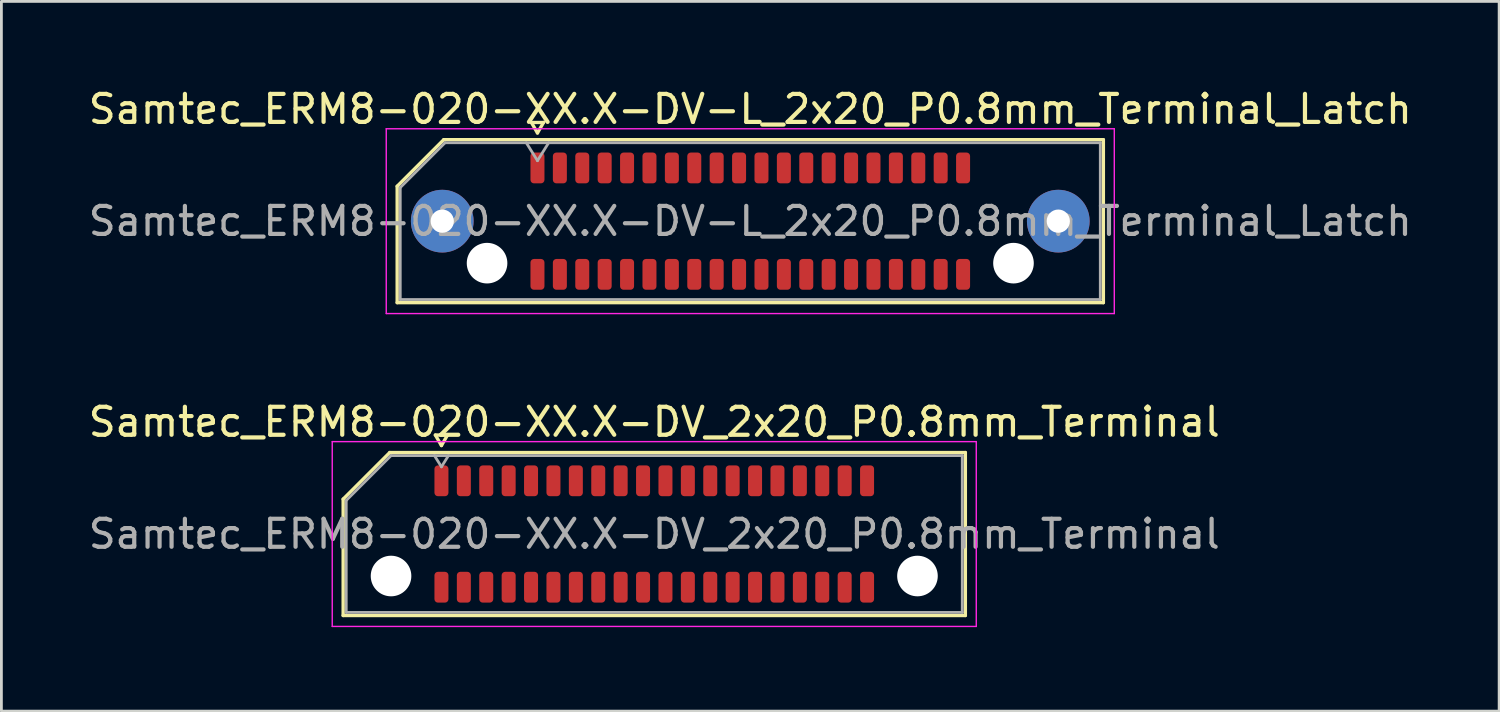
<source format=kicad_pcb>
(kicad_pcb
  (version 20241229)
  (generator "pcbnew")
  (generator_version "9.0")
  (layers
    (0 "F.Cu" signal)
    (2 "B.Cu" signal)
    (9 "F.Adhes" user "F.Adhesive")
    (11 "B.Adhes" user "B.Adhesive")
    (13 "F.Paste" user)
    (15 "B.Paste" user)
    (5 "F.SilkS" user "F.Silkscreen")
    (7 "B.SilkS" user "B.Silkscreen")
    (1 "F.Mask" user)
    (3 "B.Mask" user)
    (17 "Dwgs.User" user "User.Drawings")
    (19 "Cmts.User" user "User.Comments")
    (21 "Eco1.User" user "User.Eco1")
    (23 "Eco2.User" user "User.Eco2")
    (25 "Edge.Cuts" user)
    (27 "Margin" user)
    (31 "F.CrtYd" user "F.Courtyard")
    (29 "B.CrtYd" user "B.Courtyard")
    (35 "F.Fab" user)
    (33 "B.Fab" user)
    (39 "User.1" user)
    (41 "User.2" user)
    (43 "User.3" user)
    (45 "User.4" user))
  (footprint "Samtec_ERM8-020-XX.X-DV_2x20_P0.8mm_Terminal"
    (layer "F.Cu")
    (at 20.315 16.021)
    (property "Reference" "Samtec_ERM8-020-XX.X-DV_2x20_P0.8mm_Terminal" (at 0 -4 0) (layer "F.SilkS") (effects (font (size 1 1) (thickness 0.15))))
    (attr smd)
    (fp_line (start -11.11 -1.246) (end -9.446 -2.91) (stroke (width 0.12) (type solid)) (layer "F.SilkS"))
    (fp_line (start -11.11 2.91) (end -11.11 -1.246) (stroke (width 0.12) (type solid)) (layer "F.SilkS"))
    (fp_line (start -9.446 -2.91) (end 11.11 -2.91) (stroke (width 0.12) (type solid)) (layer "F.SilkS"))
    (fp_line (start -7.817 -3.535) (end -7.6 -3.16) (stroke (width 0.12) (type solid)) (layer "F.SilkS"))
    (fp_line (start -7.6 -3.16) (end -7.383 -3.535) (stroke (width 0.12) (type solid)) (layer "F.SilkS"))
    (fp_line (start -7.383 -3.535) (end -7.817 -3.535) (stroke (width 0.12) (type solid)) (layer "F.SilkS"))
    (fp_line (start 11.11 -2.91) (end 11.11 2.91) (stroke (width 0.12) (type solid)) (layer "F.SilkS"))
    (fp_line (start 11.11 2.91) (end -11.11 2.91) (stroke (width 0.12) (type solid)) (layer "F.SilkS"))
    (fp_line (start -11.5 -3.3) (end -11.5 3.3) (stroke (width 0.05) (type solid)) (layer "F.CrtYd"))
    (fp_line (start -11.5 3.3) (end 11.5 3.3) (stroke (width 0.05) (type solid)) (layer "F.CrtYd"))
    (fp_line (start 11.5 -3.3) (end -11.5 -3.3) (stroke (width 0.05) (type solid)) (layer "F.CrtYd"))
    (fp_line (start 11.5 3.3) (end 11.5 -3.3) (stroke (width 0.05) (type solid)) (layer "F.CrtYd"))
    (fp_line (start -11 -1.2) (end -9.4 -2.8) (stroke (width 0.1) (type solid)) (layer "F.Fab"))
    (fp_line (start -11 2.8) (end -11 -1.2) (stroke (width 0.1) (type solid)) (layer "F.Fab"))
    (fp_line (start -9.4 -2.8) (end 11 -2.8) (stroke (width 0.1) (type solid)) (layer "F.Fab"))
    (fp_line (start -7.6 -2.4) (end -7.85 -2.8) (stroke (width 0.1) (type solid)) (layer "F.Fab"))
    (fp_line (start -7.6 -2.4) (end -7.35 -2.8) (stroke (width 0.1) (type solid)) (layer "F.Fab"))
    (fp_line (start 11 -2.8) (end 11 2.8) (stroke (width 0.1) (type solid)) (layer "F.Fab"))
    (fp_line (start 11 2.8) (end -11 2.8) (stroke (width 0.1) (type solid)) (layer "F.Fab"))
    (fp_text user "${REFERENCE}" (at 0 0 0) (layer "F.Fab") (effects (font (size 1 1) (thickness 0.15))))
    (pad "" np_thru_hole circle (at -9.4 1.5) (size 1.45 1.45) (drill 1.45) (layers "*.Cu" "*.Mask"))
    (pad "" np_thru_hole circle (at 9.4 1.5) (size 1.45 1.45) (drill 1.45) (layers "*.Cu" "*.Mask"))
    (pad "1" smd roundrect (at -7.6 -1.9) (size 0.5 1.1) (layers "F.Cu" "F.Mask" "F.Paste") (roundrect_rratio 0.25))
    (pad "2" smd roundrect (at -7.6 1.9) (size 0.5 1.1) (layers "F.Cu" "F.Mask" "F.Paste") (roundrect_rratio 0.25))
    (pad "3" smd roundrect (at -6.8 -1.9) (size 0.5 1.1) (layers "F.Cu" "F.Mask" "F.Paste") (roundrect_rratio 0.25))
    (pad "4" smd roundrect (at -6.8 1.9) (size 0.5 1.1) (layers "F.Cu" "F.Mask" "F.Paste") (roundrect_rratio 0.25))
    (pad "5" smd roundrect (at -6 -1.9) (size 0.5 1.1) (layers "F.Cu" "F.Mask" "F.Paste") (roundrect_rratio 0.25))
    (pad "6" smd roundrect (at -6 1.9) (size 0.5 1.1) (layers "F.Cu" "F.Mask" "F.Paste") (roundrect_rratio 0.25))
    (pad "7" smd roundrect (at -5.2 -1.9) (size 0.5 1.1) (layers "F.Cu" "F.Mask" "F.Paste") (roundrect_rratio 0.25))
    (pad "8" smd roundrect (at -5.2 1.9) (size 0.5 1.1) (layers "F.Cu" "F.Mask" "F.Paste") (roundrect_rratio 0.25))
    (pad "9" smd roundrect (at -4.4 -1.9) (size 0.5 1.1) (layers "F.Cu" "F.Mask" "F.Paste") (roundrect_rratio 0.25))
    (pad "10" smd roundrect (at -4.4 1.9) (size 0.5 1.1) (layers "F.Cu" "F.Mask" "F.Paste") (roundrect_rratio 0.25))
    (pad "11" smd roundrect (at -3.6 -1.9) (size 0.5 1.1) (layers "F.Cu" "F.Mask" "F.Paste") (roundrect_rratio 0.25))
    (pad "12" smd roundrect (at -3.6 1.9) (size 0.5 1.1) (layers "F.Cu" "F.Mask" "F.Paste") (roundrect_rratio 0.25))
    (pad "13" smd roundrect (at -2.8 -1.9) (size 0.5 1.1) (layers "F.Cu" "F.Mask" "F.Paste") (roundrect_rratio 0.25))
    (pad "14" smd roundrect (at -2.8 1.9) (size 0.5 1.1) (layers "F.Cu" "F.Mask" "F.Paste") (roundrect_rratio 0.25))
    (pad "15" smd roundrect (at -2 -1.9) (size 0.5 1.1) (layers "F.Cu" "F.Mask" "F.Paste") (roundrect_rratio 0.25))
    (pad "16" smd roundrect (at -2 1.9) (size 0.5 1.1) (layers "F.Cu" "F.Mask" "F.Paste") (roundrect_rratio 0.25))
    (pad "17" smd roundrect (at -1.2 -1.9) (size 0.5 1.1) (layers "F.Cu" "F.Mask" "F.Paste") (roundrect_rratio 0.25))
    (pad "18" smd roundrect (at -1.2 1.9) (size 0.5 1.1) (layers "F.Cu" "F.Mask" "F.Paste") (roundrect_rratio 0.25))
    (pad "19" smd roundrect (at -0.4 -1.9) (size 0.5 1.1) (layers "F.Cu" "F.Mask" "F.Paste") (roundrect_rratio 0.25))
    (pad "20" smd roundrect (at -0.4 1.9) (size 0.5 1.1) (layers "F.Cu" "F.Mask" "F.Paste") (roundrect_rratio 0.25))
    (pad "21" smd roundrect (at 0.4 -1.9) (size 0.5 1.1) (layers "F.Cu" "F.Mask" "F.Paste") (roundrect_rratio 0.25))
    (pad "22" smd roundrect (at 0.4 1.9) (size 0.5 1.1) (layers "F.Cu" "F.Mask" "F.Paste") (roundrect_rratio 0.25))
    (pad "23" smd roundrect (at 1.2 -1.9) (size 0.5 1.1) (layers "F.Cu" "F.Mask" "F.Paste") (roundrect_rratio 0.25))
    (pad "24" smd roundrect (at 1.2 1.9) (size 0.5 1.1) (layers "F.Cu" "F.Mask" "F.Paste") (roundrect_rratio 0.25))
    (pad "25" smd roundrect (at 2 -1.9) (size 0.5 1.1) (layers "F.Cu" "F.Mask" "F.Paste") (roundrect_rratio 0.25))
    (pad "26" smd roundrect (at 2 1.9) (size 0.5 1.1) (layers "F.Cu" "F.Mask" "F.Paste") (roundrect_rratio 0.25))
    (pad "27" smd roundrect (at 2.8 -1.9) (size 0.5 1.1) (layers "F.Cu" "F.Mask" "F.Paste") (roundrect_rratio 0.25))
    (pad "28" smd roundrect (at 2.8 1.9) (size 0.5 1.1) (layers "F.Cu" "F.Mask" "F.Paste") (roundrect_rratio 0.25))
    (pad "29" smd roundrect (at 3.6 -1.9) (size 0.5 1.1) (layers "F.Cu" "F.Mask" "F.Paste") (roundrect_rratio 0.25))
    (pad "30" smd roundrect (at 3.6 1.9) (size 0.5 1.1) (layers "F.Cu" "F.Mask" "F.Paste") (roundrect_rratio 0.25))
    (pad "31" smd roundrect (at 4.4 -1.9) (size 0.5 1.1) (layers "F.Cu" "F.Mask" "F.Paste") (roundrect_rratio 0.25))
    (pad "32" smd roundrect (at 4.4 1.9) (size 0.5 1.1) (layers "F.Cu" "F.Mask" "F.Paste") (roundrect_rratio 0.25))
    (pad "33" smd roundrect (at 5.2 -1.9) (size 0.5 1.1) (layers "F.Cu" "F.Mask" "F.Paste") (roundrect_rratio 0.25))
    (pad "34" smd roundrect (at 5.2 1.9) (size 0.5 1.1) (layers "F.Cu" "F.Mask" "F.Paste") (roundrect_rratio 0.25))
    (pad "35" smd roundrect (at 6 -1.9) (size 0.5 1.1) (layers "F.Cu" "F.Mask" "F.Paste") (roundrect_rratio 0.25))
    (pad "36" smd roundrect (at 6 1.9) (size 0.5 1.1) (layers "F.Cu" "F.Mask" "F.Paste") (roundrect_rratio 0.25))
    (pad "37" smd roundrect (at 6.8 -1.9) (size 0.5 1.1) (layers "F.Cu" "F.Mask" "F.Paste") (roundrect_rratio 0.25))
    (pad "38" smd roundrect (at 6.8 1.9) (size 0.5 1.1) (layers "F.Cu" "F.Mask" "F.Paste") (roundrect_rratio 0.25))
    (pad "39" smd roundrect (at 7.6 -1.9) (size 0.5 1.1) (layers "F.Cu" "F.Mask" "F.Paste") (roundrect_rratio 0.25))
    (pad "40" smd roundrect (at 7.6 1.9) (size 0.5 1.1) (layers "F.Cu" "F.Mask" "F.Paste") (roundrect_rratio 0.25)))
  (footprint "Samtec_ERM8-020-XX.X-DV-L_2x20_P0.8mm_Terminal_Latch"
    (layer "F.Cu")
    (at 23.744 4.848)
    (property "Reference" "Samtec_ERM8-020-XX.X-DV-L_2x20_P0.8mm_Terminal_Latch" (at 0 -4 0) (layer "F.SilkS") (effects (font (size 1 1) (thickness 0.15))))
    (attr smd)
    (fp_line (start -12.61 -1.246) (end -10.946 -2.91) (stroke (width 0.12) (type solid)) (layer "F.SilkS"))
    (fp_line (start -12.61 2.91) (end -12.61 -1.246) (stroke (width 0.12) (type solid)) (layer "F.SilkS"))
    (fp_line (start -10.946 -2.91) (end 12.61 -2.91) (stroke (width 0.12) (type solid)) (layer "F.SilkS"))
    (fp_line (start -7.817 -3.525) (end -7.6 -3.15) (stroke (width 0.12) (type solid)) (layer "F.SilkS"))
    (fp_line (start -7.6 -3.15) (end -7.383 -3.525) (stroke (width 0.12) (type solid)) (layer "F.SilkS"))
    (fp_line (start -7.383 -3.525) (end -7.817 -3.525) (stroke (width 0.12) (type solid)) (layer "F.SilkS"))
    (fp_line (start 12.61 -2.91) (end 12.61 2.91) (stroke (width 0.12) (type solid)) (layer "F.SilkS"))
    (fp_line (start 12.61 2.91) (end -12.61 2.91) (stroke (width 0.12) (type solid)) (layer "F.SilkS"))
    (fp_line (start -13 -3.3) (end -13 3.3) (stroke (width 0.05) (type solid)) (layer "F.CrtYd"))
    (fp_line (start -13 3.3) (end 13 3.3) (stroke (width 0.05) (type solid)) (layer "F.CrtYd"))
    (fp_line (start 13 -3.3) (end -13 -3.3) (stroke (width 0.05) (type solid)) (layer "F.CrtYd"))
    (fp_line (start 13 3.3) (end 13 -3.3) (stroke (width 0.05) (type solid)) (layer "F.CrtYd"))
    (fp_line (start -12.5 -1.2) (end -10.9 -2.8) (stroke (width 0.1) (type solid)) (layer "F.Fab"))
    (fp_line (start -12.5 2.8) (end -12.5 -1.2) (stroke (width 0.1) (type solid)) (layer "F.Fab"))
    (fp_line (start -10.9 -2.8) (end 12.5 -2.8) (stroke (width 0.1) (type solid)) (layer "F.Fab"))
    (fp_line (start -8 -2.8) (end -7.6 -2.16) (stroke (width 0.1) (type solid)) (layer "F.Fab"))
    (fp_line (start -7.6 -2.16) (end -7.2 -2.8) (stroke (width 0.1) (type solid)) (layer "F.Fab"))
    (fp_line (start 12.5 -2.8) (end 12.5 2.8) (stroke (width 0.1) (type solid)) (layer "F.Fab"))
    (fp_line (start 12.5 2.8) (end -12.5 2.8) (stroke (width 0.1) (type solid)) (layer "F.Fab"))
    (fp_text user "${REFERENCE}" (at 0 0 0) (layer "F.Fab") (effects (font (size 1 1) (thickness 0.15))))
    (pad "" thru_hole circle (at -11 0) (size 2.24 2.24) (drill 0.83) (layers "*.Cu" "*.Mask" "F.Paste"))
    (pad "" np_thru_hole circle (at -9.4 1.5) (size 1.45 1.45) (drill 1.45) (layers "*.Cu" "*.Mask"))
    (pad "" np_thru_hole circle (at 9.4 1.5) (size 1.45 1.45) (drill 1.45) (layers "*.Cu" "*.Mask"))
    (pad "" thru_hole circle (at 11 0) (size 2.24 2.24) (drill 0.83) (layers "*.Cu" "*.Mask" "F.Paste"))
    (pad "1" smd roundrect (at -7.6 -1.9) (size 0.5 1.1) (layers "F.Cu" "F.Mask" "F.Paste") (roundrect_rratio 0.25))
    (pad "2" smd roundrect (at -7.6 1.9) (size 0.5 1.1) (layers "F.Cu" "F.Mask" "F.Paste") (roundrect_rratio 0.25))
    (pad "3" smd roundrect (at -6.8 -1.9) (size 0.5 1.1) (layers "F.Cu" "F.Mask" "F.Paste") (roundrect_rratio 0.25))
    (pad "4" smd roundrect (at -6.8 1.9) (size 0.5 1.1) (layers "F.Cu" "F.Mask" "F.Paste") (roundrect_rratio 0.25))
    (pad "5" smd roundrect (at -6 -1.9) (size 0.5 1.1) (layers "F.Cu" "F.Mask" "F.Paste") (roundrect_rratio 0.25))
    (pad "6" smd roundrect (at -6 1.9) (size 0.5 1.1) (layers "F.Cu" "F.Mask" "F.Paste") (roundrect_rratio 0.25))
    (pad "7" smd roundrect (at -5.2 -1.9) (size 0.5 1.1) (layers "F.Cu" "F.Mask" "F.Paste") (roundrect_rratio 0.25))
    (pad "8" smd roundrect (at -5.2 1.9) (size 0.5 1.1) (layers "F.Cu" "F.Mask" "F.Paste") (roundrect_rratio 0.25))
    (pad "9" smd roundrect (at -4.4 -1.9) (size 0.5 1.1) (layers "F.Cu" "F.Mask" "F.Paste") (roundrect_rratio 0.25))
    (pad "10" smd roundrect (at -4.4 1.9) (size 0.5 1.1) (layers "F.Cu" "F.Mask" "F.Paste") (roundrect_rratio 0.25))
    (pad "11" smd roundrect (at -3.6 -1.9) (size 0.5 1.1) (layers "F.Cu" "F.Mask" "F.Paste") (roundrect_rratio 0.25))
    (pad "12" smd roundrect (at -3.6 1.9) (size 0.5 1.1) (layers "F.Cu" "F.Mask" "F.Paste") (roundrect_rratio 0.25))
    (pad "13" smd roundrect (at -2.8 -1.9) (size 0.5 1.1) (layers "F.Cu" "F.Mask" "F.Paste") (roundrect_rratio 0.25))
    (pad "14" smd roundrect (at -2.8 1.9) (size 0.5 1.1) (layers "F.Cu" "F.Mask" "F.Paste") (roundrect_rratio 0.25))
    (pad "15" smd roundrect (at -2 -1.9) (size 0.5 1.1) (layers "F.Cu" "F.Mask" "F.Paste") (roundrect_rratio 0.25))
    (pad "16" smd roundrect (at -2 1.9) (size 0.5 1.1) (layers "F.Cu" "F.Mask" "F.Paste") (roundrect_rratio 0.25))
    (pad "17" smd roundrect (at -1.2 -1.9) (size 0.5 1.1) (layers "F.Cu" "F.Mask" "F.Paste") (roundrect_rratio 0.25))
    (pad "18" smd roundrect (at -1.2 1.9) (size 0.5 1.1) (layers "F.Cu" "F.Mask" "F.Paste") (roundrect_rratio 0.25))
    (pad "19" smd roundrect (at -0.4 -1.9) (size 0.5 1.1) (layers "F.Cu" "F.Mask" "F.Paste") (roundrect_rratio 0.25))
    (pad "20" smd roundrect (at -0.4 1.9) (size 0.5 1.1) (layers "F.Cu" "F.Mask" "F.Paste") (roundrect_rratio 0.25))
    (pad "21" smd roundrect (at 0.4 -1.9) (size 0.5 1.1) (layers "F.Cu" "F.Mask" "F.Paste") (roundrect_rratio 0.25))
    (pad "22" smd roundrect (at 0.4 1.9) (size 0.5 1.1) (layers "F.Cu" "F.Mask" "F.Paste") (roundrect_rratio 0.25))
    (pad "23" smd roundrect (at 1.2 -1.9) (size 0.5 1.1) (layers "F.Cu" "F.Mask" "F.Paste") (roundrect_rratio 0.25))
    (pad "24" smd roundrect (at 1.2 1.9) (size 0.5 1.1) (layers "F.Cu" "F.Mask" "F.Paste") (roundrect_rratio 0.25))
    (pad "25" smd roundrect (at 2 -1.9) (size 0.5 1.1) (layers "F.Cu" "F.Mask" "F.Paste") (roundrect_rratio 0.25))
    (pad "26" smd roundrect (at 2 1.9) (size 0.5 1.1) (layers "F.Cu" "F.Mask" "F.Paste") (roundrect_rratio 0.25))
    (pad "27" smd roundrect (at 2.8 -1.9) (size 0.5 1.1) (layers "F.Cu" "F.Mask" "F.Paste") (roundrect_rratio 0.25))
    (pad "28" smd roundrect (at 2.8 1.9) (size 0.5 1.1) (layers "F.Cu" "F.Mask" "F.Paste") (roundrect_rratio 0.25))
    (pad "29" smd roundrect (at 3.6 -1.9) (size 0.5 1.1) (layers "F.Cu" "F.Mask" "F.Paste") (roundrect_rratio 0.25))
    (pad "30" smd roundrect (at 3.6 1.9) (size 0.5 1.1) (layers "F.Cu" "F.Mask" "F.Paste") (roundrect_rratio 0.25))
    (pad "31" smd roundrect (at 4.4 -1.9) (size 0.5 1.1) (layers "F.Cu" "F.Mask" "F.Paste") (roundrect_rratio 0.25))
    (pad "32" smd roundrect (at 4.4 1.9) (size 0.5 1.1) (layers "F.Cu" "F.Mask" "F.Paste") (roundrect_rratio 0.25))
    (pad "33" smd roundrect (at 5.2 -1.9) (size 0.5 1.1) (layers "F.Cu" "F.Mask" "F.Paste") (roundrect_rratio 0.25))
    (pad "34" smd roundrect (at 5.2 1.9) (size 0.5 1.1) (layers "F.Cu" "F.Mask" "F.Paste") (roundrect_rratio 0.25))
    (pad "35" smd roundrect (at 6 -1.9) (size 0.5 1.1) (layers "F.Cu" "F.Mask" "F.Paste") (roundrect_rratio 0.25))
    (pad "36" smd roundrect (at 6 1.9) (size 0.5 1.1) (layers "F.Cu" "F.Mask" "F.Paste") (roundrect_rratio 0.25))
    (pad "37" smd roundrect (at 6.8 -1.9) (size 0.5 1.1) (layers "F.Cu" "F.Mask" "F.Paste") (roundrect_rratio 0.25))
    (pad "38" smd roundrect (at 6.8 1.9) (size 0.5 1.1) (layers "F.Cu" "F.Mask" "F.Paste") (roundrect_rratio 0.25))
    (pad "39" smd roundrect (at 7.6 -1.9) (size 0.5 1.1) (layers "F.Cu" "F.Mask" "F.Paste") (roundrect_rratio 0.25))
    (pad "40" smd roundrect (at 7.6 1.9) (size 0.5 1.1) (layers "F.Cu" "F.Mask" "F.Paste") (roundrect_rratio 0.25)))
  (gr_rect
    (start -3 -3)
    (end 50.488 22.346)
    (stroke (width 0.1) (type default))
    (fill no)
    (layer "Edge.Cuts")))
</source>
